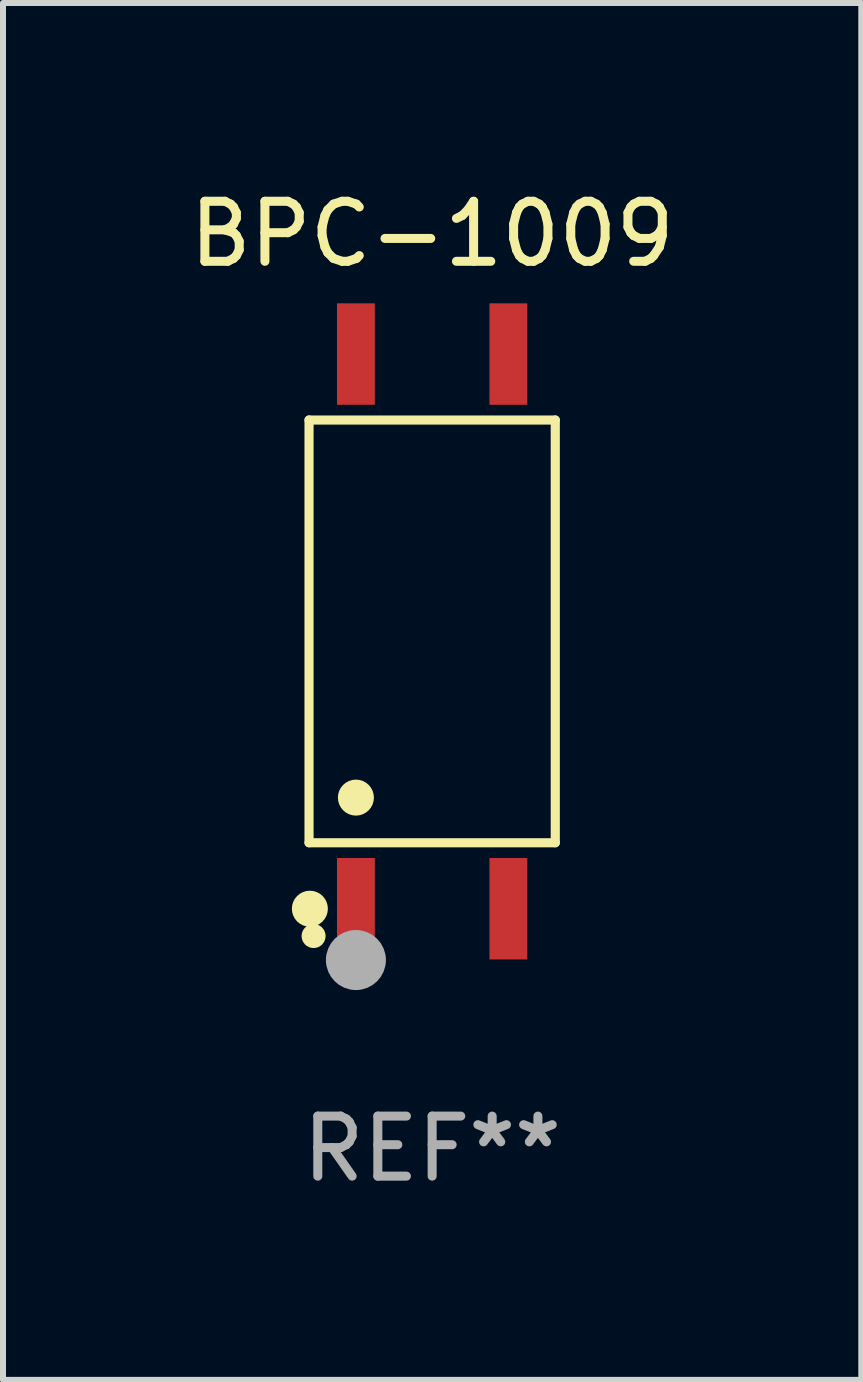
<source format=kicad_pcb>
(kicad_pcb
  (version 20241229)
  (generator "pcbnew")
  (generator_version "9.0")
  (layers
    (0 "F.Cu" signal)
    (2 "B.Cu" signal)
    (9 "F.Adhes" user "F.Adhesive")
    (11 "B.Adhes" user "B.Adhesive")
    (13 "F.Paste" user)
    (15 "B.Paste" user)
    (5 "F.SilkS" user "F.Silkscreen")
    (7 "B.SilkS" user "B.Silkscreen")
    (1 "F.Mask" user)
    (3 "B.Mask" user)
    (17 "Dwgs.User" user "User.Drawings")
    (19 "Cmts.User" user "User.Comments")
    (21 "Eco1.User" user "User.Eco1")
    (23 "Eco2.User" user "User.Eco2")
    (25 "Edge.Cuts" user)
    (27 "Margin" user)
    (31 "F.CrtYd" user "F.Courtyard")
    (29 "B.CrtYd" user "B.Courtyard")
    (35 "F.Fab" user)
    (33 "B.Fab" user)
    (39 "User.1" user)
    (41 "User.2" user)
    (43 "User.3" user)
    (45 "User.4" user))
  (footprint "BPC-1009"
    (layer "F.Cu")
    (at 4.149 7.468)
    (property "Reference" "BPC-1009" (at 0 -6.62 0) (layer "F.SilkS") (effects (font (size 1 1) (thickness 0.15))))
    (attr through_hole)
    (fp_line (start -2.051 -3.521) (end 2.051 -3.521) (stroke (width 0.152) (type solid)) (layer "F.SilkS"))
    (fp_line (start -2.051 3.521) (end -2.051 -3.521) (stroke (width 0.152) (type solid)) (layer "F.SilkS"))
    (fp_line (start 2.051 -3.521) (end 2.051 3.521) (stroke (width 0.152) (type solid)) (layer "F.SilkS"))
    (fp_line (start 2.051 3.521) (end -2.051 3.521) (stroke (width 0.152) (type solid)) (layer "F.SilkS"))
    (fp_circle (center -2.037 4.62) (end -1.887 4.62) (stroke (width 0.3) (type solid)) (fill no) (layer "F.SilkS"))
    (fp_circle (center -1.975 5.075) (end -1.875 5.075) (stroke (width 0.2) (type solid)) (fill no) (layer "F.SilkS"))
    (fp_circle (center -1.27 2.769) (end -1.12 2.769) (stroke (width 0.3) (type solid)) (fill no) (layer "F.SilkS"))
    (fp_circle (center -1.27 5.475) (end -1.02 5.475) (stroke (width 0.5) (type solid)) (fill no) (layer "F.Fab"))
    (fp_text user "REF**" (at 0 8.62 0) (layer "F.Fab") (effects (font (size 1 1) (thickness 0.15))))
    (pad "1" smd rect (at -1.27 4.62) (size 0.63 1.69) (layers "F.Cu" "F.Mask" "F.Paste"))
    (pad "2" smd rect (at 1.27 4.62) (size 0.63 1.69) (layers "F.Cu" "F.Mask" "F.Paste"))
    (pad "3" smd rect (at 1.27 -4.62) (size 0.63 1.69) (layers "F.Cu" "F.Mask" "F.Paste"))
    (pad "4" smd rect (at -1.27 -4.62) (size 0.63 1.69) (layers "F.Cu" "F.Mask" "F.Paste")))
  (gr_rect
    (start -3 -3)
    (end 11.298 19.937)
    (stroke (width 0.1) (type default))
    (fill no)
    (layer "Edge.Cuts")))
</source>
